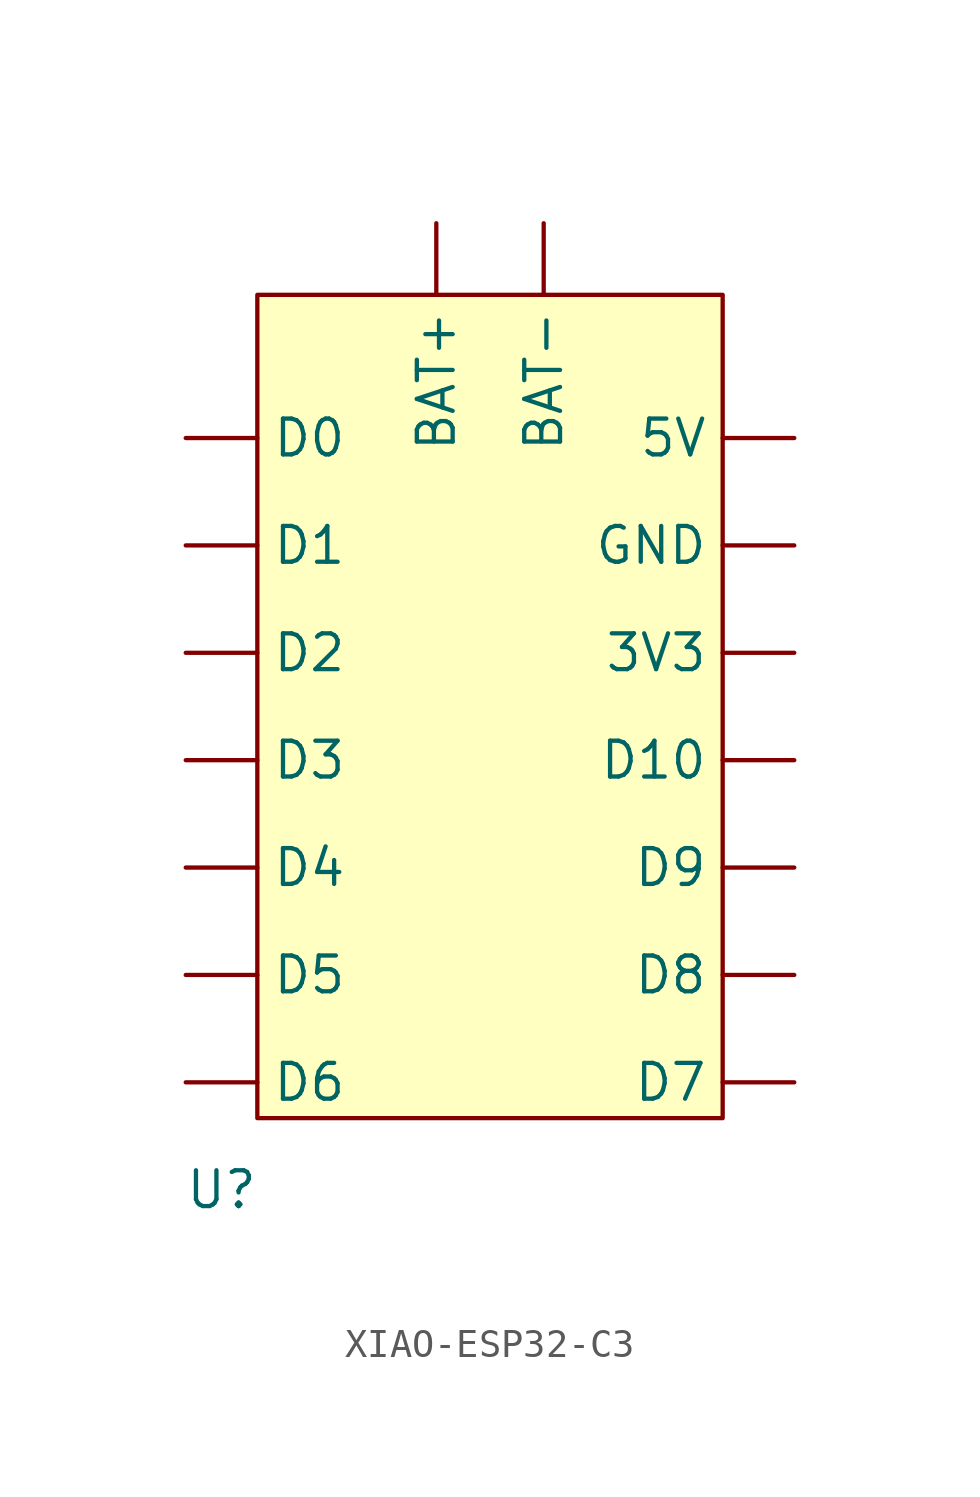
<source format=kicad_sym>
(kicad_symbol_lib
  (version 20241209)
  (generator "kicad_symbol_editor")
  (generator_version "9.0")
  (symbol "XIAO-ESP32-C3"
    (property "Reference" "U"
      (at 0 0 0)
      (effects (font (size 1.27 1.27))))
    (property "Value" ""
      (at 0 0 0)
      (effects (font (size 1.27 1.27))))
    (symbol "XIAO-ESP32-C3_1_1"
      (rectangle (start 1.27 31.75) (end 17.78 2.54) (stroke (width 0) (type solid)) (fill (type background)))
      (pin bidirectional line (at -1.27 26.67 0) (length 2.54) (name "D0" (effects (font (size 1.27 1.27)))) (number "" (effects (font (size 1.27 1.27)))))
      (pin bidirectional line (at -1.27 22.86 0) (length 2.54) (name "D1" (effects (font (size 1.27 1.27)))) (number "" (effects (font (size 1.27 1.27)))))
      (pin bidirectional line (at -1.27 19.05 0) (length 2.54) (name "D2" (effects (font (size 1.27 1.27)))) (number "" (effects (font (size 1.27 1.27)))))
      (pin bidirectional line (at -1.27 15.24 0) (length 2.54) (name "D3" (effects (font (size 1.27 1.27)))) (number "" (effects (font (size 1.27 1.27)))))
      (pin bidirectional line (at -1.27 11.43 0) (length 2.54) (name "D4" (effects (font (size 1.27 1.27)))) (number "" (effects (font (size 1.27 1.27)))))
      (pin bidirectional line (at -1.27 7.62 0) (length 2.54) (name "D5" (effects (font (size 1.27 1.27)))) (number "" (effects (font (size 1.27 1.27)))))
      (pin bidirectional line (at -1.27 3.81 0) (length 2.54) (name "D6" (effects (font (size 1.27 1.27)))) (number "" (effects (font (size 1.27 1.27)))))
      (pin bidirectional line (at 7.62 34.29 270) (length 2.54) (name "BAT+" (effects (font (size 1.27 1.27)))) (number "" (effects (font (size 1.27 1.27)))))
      (pin bidirectional line (at 11.43 34.29 270) (length 2.54) (name "BAT-" (effects (font (size 1.27 1.27)))) (number "" (effects (font (size 1.27 1.27)))))
      (pin bidirectional line (at 20.32 26.67 180) (length 2.54) (name "5V" (effects (font (size 1.27 1.27)))) (number "" (effects (font (size 1.27 1.27)))))
      (pin output line (at 20.32 22.86 180) (length 2.54) (name "GND" (effects (font (size 1.27 1.27)))) (number "" (effects (font (size 1.27 1.27)))))
      (pin output line (at 20.32 19.05 180) (length 2.54) (name "3V3" (effects (font (size 1.27 1.27)))) (number "" (effects (font (size 1.27 1.27)))))
      (pin bidirectional line (at 20.32 15.24 180) (length 2.54) (name "D10" (effects (font (size 1.27 1.27)))) (number "" (effects (font (size 1.27 1.27)))))
      (pin bidirectional line (at 20.32 11.43 180) (length 2.54) (name "D9" (effects (font (size 1.27 1.27)))) (number "" (effects (font (size 1.27 1.27)))))
      (pin bidirectional line (at 20.32 7.62 180) (length 2.54) (name "D8" (effects (font (size 1.27 1.27)))) (number "" (effects (font (size 1.27 1.27)))))
      (pin bidirectional line (at 20.32 3.81 180) (length 2.54) (name "D7" (effects (font (size 1.27 1.27)))) (number "" (effects (font (size 1.27 1.27))))))))
</source>
